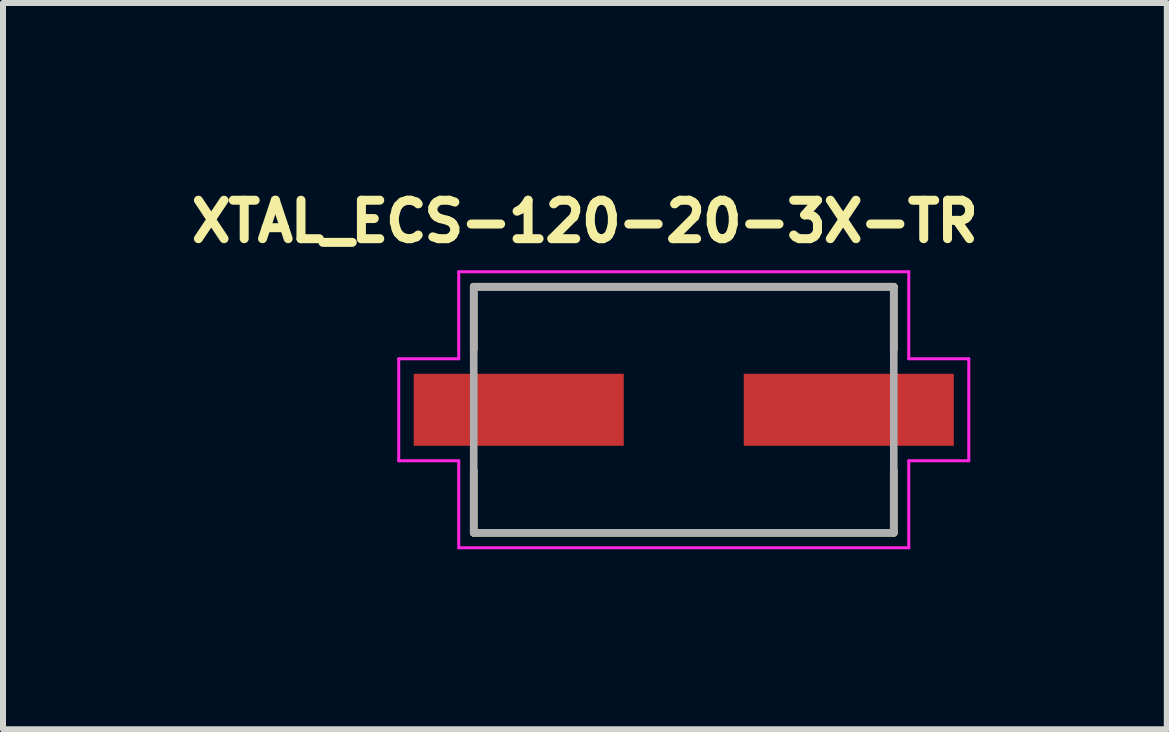
<source format=kicad_pcb>
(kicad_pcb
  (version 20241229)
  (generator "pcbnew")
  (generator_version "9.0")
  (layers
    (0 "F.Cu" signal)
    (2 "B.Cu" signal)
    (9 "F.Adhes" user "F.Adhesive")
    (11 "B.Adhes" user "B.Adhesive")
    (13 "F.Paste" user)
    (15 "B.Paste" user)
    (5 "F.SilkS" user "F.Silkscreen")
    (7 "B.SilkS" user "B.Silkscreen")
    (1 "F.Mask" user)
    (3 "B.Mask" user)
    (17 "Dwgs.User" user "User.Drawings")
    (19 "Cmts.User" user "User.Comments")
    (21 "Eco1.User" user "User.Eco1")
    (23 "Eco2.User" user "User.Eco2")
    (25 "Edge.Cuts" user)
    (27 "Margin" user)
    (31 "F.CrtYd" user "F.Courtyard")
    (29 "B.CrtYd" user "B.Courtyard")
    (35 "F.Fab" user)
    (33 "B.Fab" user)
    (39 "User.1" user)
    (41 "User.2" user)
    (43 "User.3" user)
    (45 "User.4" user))
  (footprint "XTAL_ECS-120-20-3X-TR"
    (layer "F.Cu")
    (at 8.345 3.779)
    (property "Reference" "XTAL_ECS-120-20-3X-TR" (at -1.648 -3.14 0) (layer "F.SilkS") (effects (font (size 0.641 0.641) (thickness 0.15))))
    (attr through_hole)
    (fp_line (start -3.5 -2.05) (end 3.5 -2.05) (stroke (width 0.127) (type solid)) (layer "F.SilkS"))
    (fp_line (start -3.5 -1.01) (end -3.5 -2.05) (stroke (width 0.127) (type solid)) (layer "F.SilkS"))
    (fp_line (start -3.5 2.05) (end -3.5 1.01) (stroke (width 0.127) (type solid)) (layer "F.SilkS"))
    (fp_line (start 3.5 -2.05) (end 3.5 -1.01) (stroke (width 0.127) (type solid)) (layer "F.SilkS"))
    (fp_line (start 3.5 1.01) (end 3.5 2.05) (stroke (width 0.127) (type solid)) (layer "F.SilkS"))
    (fp_line (start 3.5 2.05) (end -3.5 2.05) (stroke (width 0.127) (type solid)) (layer "F.SilkS"))
    (fp_line (start -4.75 -0.85) (end -4.75 0.85) (stroke (width 0.05) (type solid)) (layer "F.CrtYd"))
    (fp_line (start -4.75 0.85) (end -3.75 0.85) (stroke (width 0.05) (type solid)) (layer "F.CrtYd"))
    (fp_line (start -3.75 -2.3) (end -3.75 -0.85) (stroke (width 0.05) (type solid)) (layer "F.CrtYd"))
    (fp_line (start -3.75 -0.85) (end -4.75 -0.85) (stroke (width 0.05) (type solid)) (layer "F.CrtYd"))
    (fp_line (start -3.75 0.85) (end -3.75 2.3) (stroke (width 0.05) (type solid)) (layer "F.CrtYd"))
    (fp_line (start -3.75 2.3) (end 3.75 2.3) (stroke (width 0.05) (type solid)) (layer "F.CrtYd"))
    (fp_line (start 3.75 -2.3) (end -3.75 -2.3) (stroke (width 0.05) (type solid)) (layer "F.CrtYd"))
    (fp_line (start 3.75 -0.85) (end 3.75 -2.3) (stroke (width 0.05) (type solid)) (layer "F.CrtYd"))
    (fp_line (start 3.75 0.85) (end 4.75 0.85) (stroke (width 0.05) (type solid)) (layer "F.CrtYd"))
    (fp_line (start 3.75 2.3) (end 3.75 0.85) (stroke (width 0.05) (type solid)) (layer "F.CrtYd"))
    (fp_line (start 4.75 -0.85) (end 3.75 -0.85) (stroke (width 0.05) (type solid)) (layer "F.CrtYd"))
    (fp_line (start 4.75 0.85) (end 4.75 -0.85) (stroke (width 0.05) (type solid)) (layer "F.CrtYd"))
    (fp_line (start -3.5 -2.05) (end -3.5 2.05) (stroke (width 0.127) (type solid)) (layer "F.Fab"))
    (fp_line (start -3.5 2.05) (end 3.5 2.05) (stroke (width 0.127) (type solid)) (layer "F.Fab"))
    (fp_line (start 3.5 -2.05) (end -3.5 -2.05) (stroke (width 0.127) (type solid)) (layer "F.Fab"))
    (fp_line (start 3.5 2.05) (end 3.5 -2.05) (stroke (width 0.127) (type solid)) (layer "F.Fab"))
    (pad "1" smd rect (at -2.75 0) (size 3.5 1.2) (layers "F.Cu" "F.Mask" "F.Paste"))
    (pad "2" smd rect (at 2.75 0) (size 3.5 1.2) (layers "F.Cu" "F.Mask" "F.Paste")))
  (gr_rect
    (start -3 -3)
    (end 16.395 9.104)
    (stroke (width 0.1) (type default))
    (fill no)
    (layer "Edge.Cuts")))
</source>
